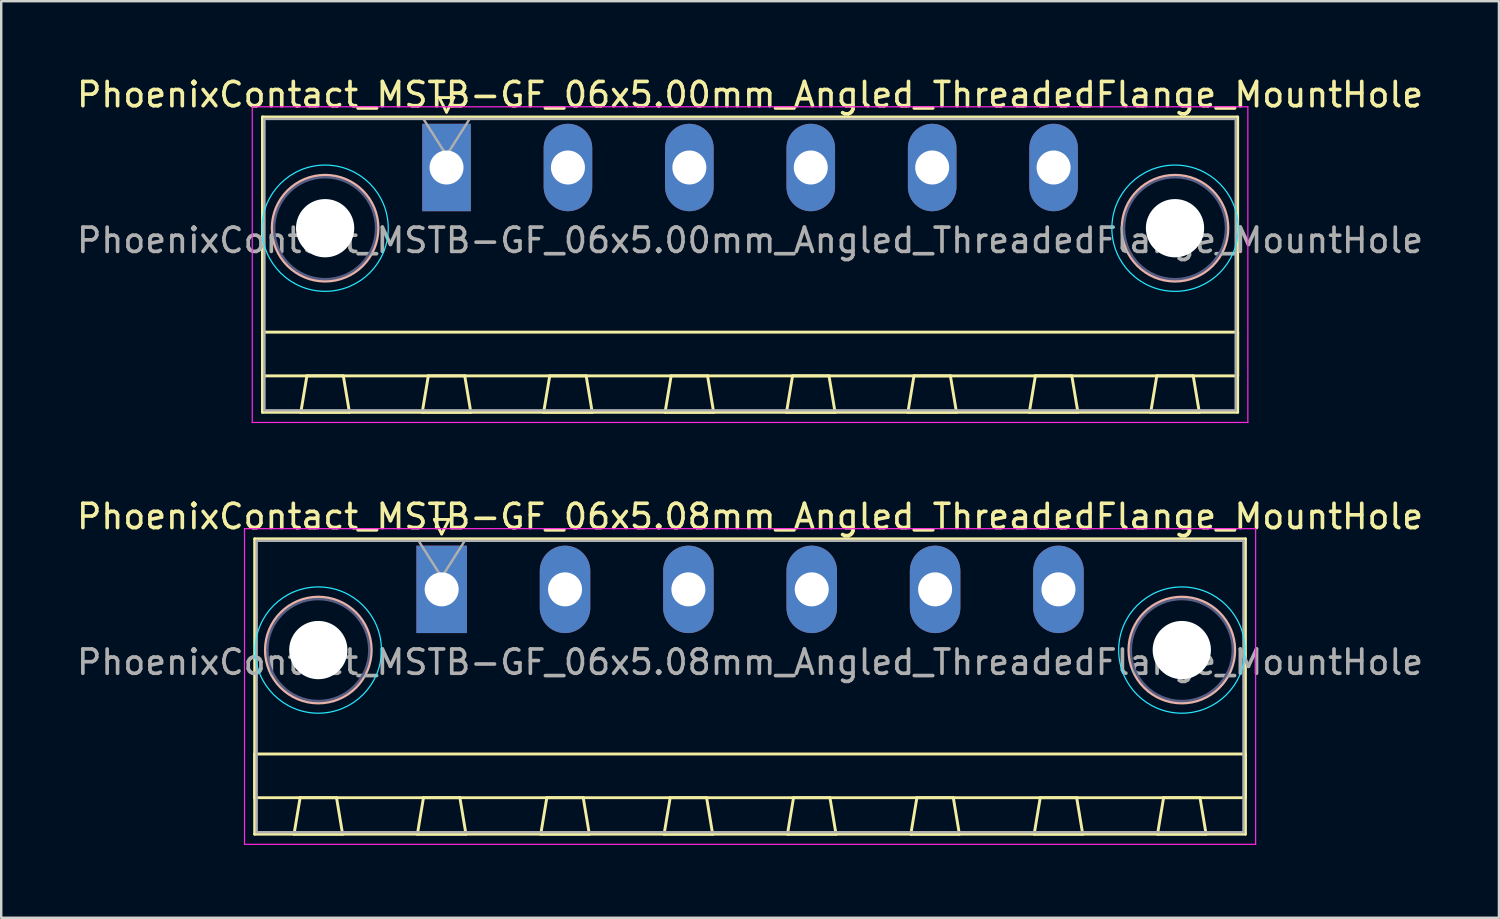
<source format=kicad_pcb>
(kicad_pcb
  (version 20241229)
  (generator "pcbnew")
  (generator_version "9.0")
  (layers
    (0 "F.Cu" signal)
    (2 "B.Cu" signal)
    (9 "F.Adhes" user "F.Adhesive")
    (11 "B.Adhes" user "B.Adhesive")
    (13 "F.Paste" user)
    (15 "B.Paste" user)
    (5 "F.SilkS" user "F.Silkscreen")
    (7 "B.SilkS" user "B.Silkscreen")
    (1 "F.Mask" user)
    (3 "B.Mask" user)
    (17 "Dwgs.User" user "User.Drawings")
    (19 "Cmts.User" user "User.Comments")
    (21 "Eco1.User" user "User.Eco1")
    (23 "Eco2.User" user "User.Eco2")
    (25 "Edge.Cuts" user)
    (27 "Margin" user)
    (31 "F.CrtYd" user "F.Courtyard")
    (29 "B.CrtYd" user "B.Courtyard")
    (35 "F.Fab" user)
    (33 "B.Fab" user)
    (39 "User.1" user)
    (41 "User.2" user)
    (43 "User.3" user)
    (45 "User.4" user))
  (footprint "PhoenixContact_MSTB-GF_06x5.00mm_Angled_ThreadedFlange_MountHole"
    (layer "F.Cu")
    (at 15.339 3.848)
    (property "Reference" "PhoenixContact_MSTB-GF_06x5.00mm_Angled_ThreadedFlange_MountHole" (at 12.5 -3 0) (layer "F.SilkS") (effects (font (size 1 1) (thickness 0.15))))
    (attr through_hole)
    (fp_line (start -7.58 -2.08) (end -7.58 10.08) (stroke (width 0.12) (type solid)) (layer "F.SilkS"))
    (fp_line (start -7.58 6.78) (end 32.58 6.78) (stroke (width 0.12) (type solid)) (layer "F.SilkS"))
    (fp_line (start -7.58 8.58) (end -7.58 6.78) (stroke (width 0.12) (type solid)) (layer "F.SilkS"))
    (fp_line (start -7.58 10.08) (end 32.58 10.08) (stroke (width 0.12) (type solid)) (layer "F.SilkS"))
    (fp_line (start -6 10.08) (end -4 10.08) (stroke (width 0.12) (type solid)) (layer "F.SilkS"))
    (fp_line (start -5.75 8.58) (end -6 10.08) (stroke (width 0.12) (type solid)) (layer "F.SilkS"))
    (fp_line (start -4.25 8.58) (end -5.75 8.58) (stroke (width 0.12) (type solid)) (layer "F.SilkS"))
    (fp_line (start -4 10.08) (end -4.25 8.58) (stroke (width 0.12) (type solid)) (layer "F.SilkS"))
    (fp_line (start -1 10.08) (end 1 10.08) (stroke (width 0.12) (type solid)) (layer "F.SilkS"))
    (fp_line (start -0.75 8.58) (end -1 10.08) (stroke (width 0.12) (type solid)) (layer "F.SilkS"))
    (fp_line (start -0.3 -2.88) (end 0.3 -2.88) (stroke (width 0.12) (type solid)) (layer "F.SilkS"))
    (fp_line (start 0 -2.28) (end -0.3 -2.88) (stroke (width 0.12) (type solid)) (layer "F.SilkS"))
    (fp_line (start 0.3 -2.88) (end 0 -2.28) (stroke (width 0.12) (type solid)) (layer "F.SilkS"))
    (fp_line (start 0.75 8.58) (end -0.75 8.58) (stroke (width 0.12) (type solid)) (layer "F.SilkS"))
    (fp_line (start 1 10.08) (end 0.75 8.58) (stroke (width 0.12) (type solid)) (layer "F.SilkS"))
    (fp_line (start 4 10.08) (end 6 10.08) (stroke (width 0.12) (type solid)) (layer "F.SilkS"))
    (fp_line (start 4.25 8.58) (end 4 10.08) (stroke (width 0.12) (type solid)) (layer "F.SilkS"))
    (fp_line (start 5.75 8.58) (end 4.25 8.58) (stroke (width 0.12) (type solid)) (layer "F.SilkS"))
    (fp_line (start 6 10.08) (end 5.75 8.58) (stroke (width 0.12) (type solid)) (layer "F.SilkS"))
    (fp_line (start 9 10.08) (end 11 10.08) (stroke (width 0.12) (type solid)) (layer "F.SilkS"))
    (fp_line (start 9.25 8.58) (end 9 10.08) (stroke (width 0.12) (type solid)) (layer "F.SilkS"))
    (fp_line (start 10.75 8.58) (end 9.25 8.58) (stroke (width 0.12) (type solid)) (layer "F.SilkS"))
    (fp_line (start 11 10.08) (end 10.75 8.58) (stroke (width 0.12) (type solid)) (layer "F.SilkS"))
    (fp_line (start 14 10.08) (end 16 10.08) (stroke (width 0.12) (type solid)) (layer "F.SilkS"))
    (fp_line (start 14.25 8.58) (end 14 10.08) (stroke (width 0.12) (type solid)) (layer "F.SilkS"))
    (fp_line (start 15.75 8.58) (end 14.25 8.58) (stroke (width 0.12) (type solid)) (layer "F.SilkS"))
    (fp_line (start 16 10.08) (end 15.75 8.58) (stroke (width 0.12) (type solid)) (layer "F.SilkS"))
    (fp_line (start 19 10.08) (end 21 10.08) (stroke (width 0.12) (type solid)) (layer "F.SilkS"))
    (fp_line (start 19.25 8.58) (end 19 10.08) (stroke (width 0.12) (type solid)) (layer "F.SilkS"))
    (fp_line (start 20.75 8.58) (end 19.25 8.58) (stroke (width 0.12) (type solid)) (layer "F.SilkS"))
    (fp_line (start 21 10.08) (end 20.75 8.58) (stroke (width 0.12) (type solid)) (layer "F.SilkS"))
    (fp_line (start 24 10.08) (end 26 10.08) (stroke (width 0.12) (type solid)) (layer "F.SilkS"))
    (fp_line (start 24.25 8.58) (end 24 10.08) (stroke (width 0.12) (type solid)) (layer "F.SilkS"))
    (fp_line (start 25.75 8.58) (end 24.25 8.58) (stroke (width 0.12) (type solid)) (layer "F.SilkS"))
    (fp_line (start 26 10.08) (end 25.75 8.58) (stroke (width 0.12) (type solid)) (layer "F.SilkS"))
    (fp_line (start 29 10.08) (end 31 10.08) (stroke (width 0.12) (type solid)) (layer "F.SilkS"))
    (fp_line (start 29.25 8.58) (end 29 10.08) (stroke (width 0.12) (type solid)) (layer "F.SilkS"))
    (fp_line (start 30.75 8.58) (end 29.25 8.58) (stroke (width 0.12) (type solid)) (layer "F.SilkS"))
    (fp_line (start 31 10.08) (end 30.75 8.58) (stroke (width 0.12) (type solid)) (layer "F.SilkS"))
    (fp_line (start 32.58 -2.08) (end -7.58 -2.08) (stroke (width 0.12) (type solid)) (layer "F.SilkS"))
    (fp_line (start 32.58 6.78) (end 32.58 8.58) (stroke (width 0.12) (type solid)) (layer "F.SilkS"))
    (fp_line (start 32.58 8.58) (end -7.58 8.58) (stroke (width 0.12) (type solid)) (layer "F.SilkS"))
    (fp_line (start 32.58 10.08) (end 32.58 -2.08) (stroke (width 0.12) (type solid)) (layer "F.SilkS"))
    (fp_circle (center -5 2.5) (end -2.82 2.5) (stroke (width 0.12) (type solid)) (fill no) (layer "B.SilkS"))
    (fp_circle (center 30 2.5) (end 32.18 2.5) (stroke (width 0.12) (type solid)) (fill no) (layer "B.SilkS"))
    (fp_circle (center -5 2.5) (end -2.4 2.5) (stroke (width 0.05) (type solid)) (fill no) (layer "B.CrtYd"))
    (fp_circle (center 30 2.5) (end 32.6 2.5) (stroke (width 0.05) (type solid)) (fill no) (layer "B.CrtYd"))
    (fp_line (start -8 -2.5) (end -8 10.5) (stroke (width 0.05) (type solid)) (layer "F.CrtYd"))
    (fp_line (start -8 10.5) (end 33 10.5) (stroke (width 0.05) (type solid)) (layer "F.CrtYd"))
    (fp_line (start 33 -2.5) (end -8 -2.5) (stroke (width 0.05) (type solid)) (layer "F.CrtYd"))
    (fp_line (start 33 10.5) (end 33 -2.5) (stroke (width 0.05) (type solid)) (layer "F.CrtYd"))
    (fp_circle (center -5 2.5) (end -2.9 2.5) (stroke (width 0.1) (type solid)) (fill no) (layer "B.Fab"))
    (fp_circle (center 30 2.5) (end 32.1 2.5) (stroke (width 0.1) (type solid)) (fill no) (layer "B.Fab"))
    (fp_line (start -7.5 -2) (end -7.5 10) (stroke (width 0.1) (type solid)) (layer "F.Fab"))
    (fp_line (start -7.5 10) (end 32.5 10) (stroke (width 0.1) (type solid)) (layer "F.Fab"))
    (fp_line (start 0 -0.5) (end -0.95 -2) (stroke (width 0.1) (type solid)) (layer "F.Fab"))
    (fp_line (start 0.95 -2) (end 0 -0.5) (stroke (width 0.1) (type solid)) (layer "F.Fab"))
    (fp_line (start 32.5 -2) (end -7.5 -2) (stroke (width 0.1) (type solid)) (layer "F.Fab"))
    (fp_line (start 32.5 10) (end 32.5 -2) (stroke (width 0.1) (type solid)) (layer "F.Fab"))
    (fp_text user "${REFERENCE}" (at 12.5 3 0) (layer "F.Fab") (effects (font (size 1 1) (thickness 0.15))))
    (pad "" np_thru_hole circle (at -5 2.5) (size 2.4 2.4) (drill 2.4) (layers "*.Cu" "*.Mask"))
    (pad "" np_thru_hole circle (at 30 2.5) (size 2.4 2.4) (drill 2.4) (layers "*.Cu" "*.Mask"))
    (pad "1" thru_hole rect (at 0 0) (size 2 3.6) (drill 1.4) (layers "*.Cu" "*.Mask"))
    (pad "2" thru_hole oval (at 5 0) (size 2 3.6) (drill 1.4) (layers "*.Cu" "*.Mask"))
    (pad "3" thru_hole oval (at 10 0) (size 2 3.6) (drill 1.4) (layers "*.Cu" "*.Mask"))
    (pad "4" thru_hole oval (at 15 0) (size 2 3.6) (drill 1.4) (layers "*.Cu" "*.Mask"))
    (pad "5" thru_hole oval (at 20 0) (size 2 3.6) (drill 1.4) (layers "*.Cu" "*.Mask"))
    (pad "6" thru_hole oval (at 25 0) (size 2 3.6) (drill 1.4) (layers "*.Cu" "*.Mask")))
  (footprint "PhoenixContact_MSTB-GF_06x5.08mm_Angled_ThreadedFlange_MountHole"
    (layer "F.Cu")
    (at 15.139 21.221)
    (property "Reference" "PhoenixContact_MSTB-GF_06x5.08mm_Angled_ThreadedFlange_MountHole" (at 12.7 -3 0) (layer "F.SilkS") (effects (font (size 1 1) (thickness 0.15))))
    (attr through_hole)
    (fp_line (start -7.7 -2.08) (end -7.7 10.08) (stroke (width 0.12) (type solid)) (layer "F.SilkS"))
    (fp_line (start -7.7 6.78) (end 33.1 6.78) (stroke (width 0.12) (type solid)) (layer "F.SilkS"))
    (fp_line (start -7.7 8.58) (end -7.7 6.78) (stroke (width 0.12) (type solid)) (layer "F.SilkS"))
    (fp_line (start -7.7 10.08) (end 33.1 10.08) (stroke (width 0.12) (type solid)) (layer "F.SilkS"))
    (fp_line (start -6.08 10.08) (end -4.08 10.08) (stroke (width 0.12) (type solid)) (layer "F.SilkS"))
    (fp_line (start -5.83 8.58) (end -6.08 10.08) (stroke (width 0.12) (type solid)) (layer "F.SilkS"))
    (fp_line (start -4.33 8.58) (end -5.83 8.58) (stroke (width 0.12) (type solid)) (layer "F.SilkS"))
    (fp_line (start -4.08 10.08) (end -4.33 8.58) (stroke (width 0.12) (type solid)) (layer "F.SilkS"))
    (fp_line (start -1 10.08) (end 1 10.08) (stroke (width 0.12) (type solid)) (layer "F.SilkS"))
    (fp_line (start -0.75 8.58) (end -1 10.08) (stroke (width 0.12) (type solid)) (layer "F.SilkS"))
    (fp_line (start -0.3 -2.88) (end 0.3 -2.88) (stroke (width 0.12) (type solid)) (layer "F.SilkS"))
    (fp_line (start 0 -2.28) (end -0.3 -2.88) (stroke (width 0.12) (type solid)) (layer "F.SilkS"))
    (fp_line (start 0.3 -2.88) (end 0 -2.28) (stroke (width 0.12) (type solid)) (layer "F.SilkS"))
    (fp_line (start 0.75 8.58) (end -0.75 8.58) (stroke (width 0.12) (type solid)) (layer "F.SilkS"))
    (fp_line (start 1 10.08) (end 0.75 8.58) (stroke (width 0.12) (type solid)) (layer "F.SilkS"))
    (fp_line (start 4.08 10.08) (end 6.08 10.08) (stroke (width 0.12) (type solid)) (layer "F.SilkS"))
    (fp_line (start 4.33 8.58) (end 4.08 10.08) (stroke (width 0.12) (type solid)) (layer "F.SilkS"))
    (fp_line (start 5.83 8.58) (end 4.33 8.58) (stroke (width 0.12) (type solid)) (layer "F.SilkS"))
    (fp_line (start 6.08 10.08) (end 5.83 8.58) (stroke (width 0.12) (type solid)) (layer "F.SilkS"))
    (fp_line (start 9.16 10.08) (end 11.16 10.08) (stroke (width 0.12) (type solid)) (layer "F.SilkS"))
    (fp_line (start 9.41 8.58) (end 9.16 10.08) (stroke (width 0.12) (type solid)) (layer "F.SilkS"))
    (fp_line (start 10.91 8.58) (end 9.41 8.58) (stroke (width 0.12) (type solid)) (layer "F.SilkS"))
    (fp_line (start 11.16 10.08) (end 10.91 8.58) (stroke (width 0.12) (type solid)) (layer "F.SilkS"))
    (fp_line (start 14.24 10.08) (end 16.24 10.08) (stroke (width 0.12) (type solid)) (layer "F.SilkS"))
    (fp_line (start 14.49 8.58) (end 14.24 10.08) (stroke (width 0.12) (type solid)) (layer "F.SilkS"))
    (fp_line (start 15.99 8.58) (end 14.49 8.58) (stroke (width 0.12) (type solid)) (layer "F.SilkS"))
    (fp_line (start 16.24 10.08) (end 15.99 8.58) (stroke (width 0.12) (type solid)) (layer "F.SilkS"))
    (fp_line (start 19.32 10.08) (end 21.32 10.08) (stroke (width 0.12) (type solid)) (layer "F.SilkS"))
    (fp_line (start 19.57 8.58) (end 19.32 10.08) (stroke (width 0.12) (type solid)) (layer "F.SilkS"))
    (fp_line (start 21.07 8.58) (end 19.57 8.58) (stroke (width 0.12) (type solid)) (layer "F.SilkS"))
    (fp_line (start 21.32 10.08) (end 21.07 8.58) (stroke (width 0.12) (type solid)) (layer "F.SilkS"))
    (fp_line (start 24.4 10.08) (end 26.4 10.08) (stroke (width 0.12) (type solid)) (layer "F.SilkS"))
    (fp_line (start 24.65 8.58) (end 24.4 10.08) (stroke (width 0.12) (type solid)) (layer "F.SilkS"))
    (fp_line (start 26.15 8.58) (end 24.65 8.58) (stroke (width 0.12) (type solid)) (layer "F.SilkS"))
    (fp_line (start 26.4 10.08) (end 26.15 8.58) (stroke (width 0.12) (type solid)) (layer "F.SilkS"))
    (fp_line (start 29.48 10.08) (end 31.48 10.08) (stroke (width 0.12) (type solid)) (layer "F.SilkS"))
    (fp_line (start 29.73 8.58) (end 29.48 10.08) (stroke (width 0.12) (type solid)) (layer "F.SilkS"))
    (fp_line (start 31.23 8.58) (end 29.73 8.58) (stroke (width 0.12) (type solid)) (layer "F.SilkS"))
    (fp_line (start 31.48 10.08) (end 31.23 8.58) (stroke (width 0.12) (type solid)) (layer "F.SilkS"))
    (fp_line (start 33.1 -2.08) (end -7.7 -2.08) (stroke (width 0.12) (type solid)) (layer "F.SilkS"))
    (fp_line (start 33.1 6.78) (end 33.1 8.58) (stroke (width 0.12) (type solid)) (layer "F.SilkS"))
    (fp_line (start 33.1 8.58) (end -7.7 8.58) (stroke (width 0.12) (type solid)) (layer "F.SilkS"))
    (fp_line (start 33.1 10.08) (end 33.1 -2.08) (stroke (width 0.12) (type solid)) (layer "F.SilkS"))
    (fp_circle (center -5.08 2.5) (end -2.9 2.5) (stroke (width 0.12) (type solid)) (fill no) (layer "B.SilkS"))
    (fp_circle (center 30.48 2.5) (end 32.66 2.5) (stroke (width 0.12) (type solid)) (fill no) (layer "B.SilkS"))
    (fp_circle (center -5.08 2.5) (end -2.48 2.5) (stroke (width 0.05) (type solid)) (fill no) (layer "B.CrtYd"))
    (fp_circle (center 30.48 2.5) (end 33.08 2.5) (stroke (width 0.05) (type solid)) (fill no) (layer "B.CrtYd"))
    (fp_line (start -8.12 -2.5) (end -8.12 10.5) (stroke (width 0.05) (type solid)) (layer "F.CrtYd"))
    (fp_line (start -8.12 10.5) (end 33.52 10.5) (stroke (width 0.05) (type solid)) (layer "F.CrtYd"))
    (fp_line (start 33.52 -2.5) (end -8.12 -2.5) (stroke (width 0.05) (type solid)) (layer "F.CrtYd"))
    (fp_line (start 33.52 10.5) (end 33.52 -2.5) (stroke (width 0.05) (type solid)) (layer "F.CrtYd"))
    (fp_circle (center -5.08 2.5) (end -2.98 2.5) (stroke (width 0.1) (type solid)) (fill no) (layer "B.Fab"))
    (fp_circle (center 30.48 2.5) (end 32.58 2.5) (stroke (width 0.1) (type solid)) (fill no) (layer "B.Fab"))
    (fp_line (start -7.62 -2) (end -7.62 10) (stroke (width 0.1) (type solid)) (layer "F.Fab"))
    (fp_line (start -7.62 10) (end 33.02 10) (stroke (width 0.1) (type solid)) (layer "F.Fab"))
    (fp_line (start 0 -0.5) (end -0.95 -2) (stroke (width 0.1) (type solid)) (layer "F.Fab"))
    (fp_line (start 0.95 -2) (end 0 -0.5) (stroke (width 0.1) (type solid)) (layer "F.Fab"))
    (fp_line (start 33.02 -2) (end -7.62 -2) (stroke (width 0.1) (type solid)) (layer "F.Fab"))
    (fp_line (start 33.02 10) (end 33.02 -2) (stroke (width 0.1) (type solid)) (layer "F.Fab"))
    (fp_text user "${REFERENCE}" (at 12.7 3 0) (layer "F.Fab") (effects (font (size 1 1) (thickness 0.15))))
    (pad "" np_thru_hole circle (at -5.08 2.5) (size 2.4 2.4) (drill 2.4) (layers "*.Cu" "*.Mask"))
    (pad "" np_thru_hole circle (at 30.48 2.5) (size 2.4 2.4) (drill 2.4) (layers "*.Cu" "*.Mask"))
    (pad "1" thru_hole rect (at 0 0) (size 2.08 3.6) (drill 1.4) (layers "*.Cu" "*.Mask"))
    (pad "2" thru_hole oval (at 5.08 0) (size 2.08 3.6) (drill 1.4) (layers "*.Cu" "*.Mask"))
    (pad "3" thru_hole oval (at 10.16 0) (size 2.08 3.6) (drill 1.4) (layers "*.Cu" "*.Mask"))
    (pad "4" thru_hole oval (at 15.24 0) (size 2.08 3.6) (drill 1.4) (layers "*.Cu" "*.Mask"))
    (pad "5" thru_hole oval (at 20.32 0) (size 2.08 3.6) (drill 1.4) (layers "*.Cu" "*.Mask"))
    (pad "6" thru_hole oval (at 25.4 0) (size 2.08 3.6) (drill 1.4) (layers "*.Cu" "*.Mask")))
  (gr_rect
    (start -3 -3)
    (end 58.679 34.746)
    (stroke (width 0.1) (type default))
    (fill no)
    (layer "Edge.Cuts")))
</source>
